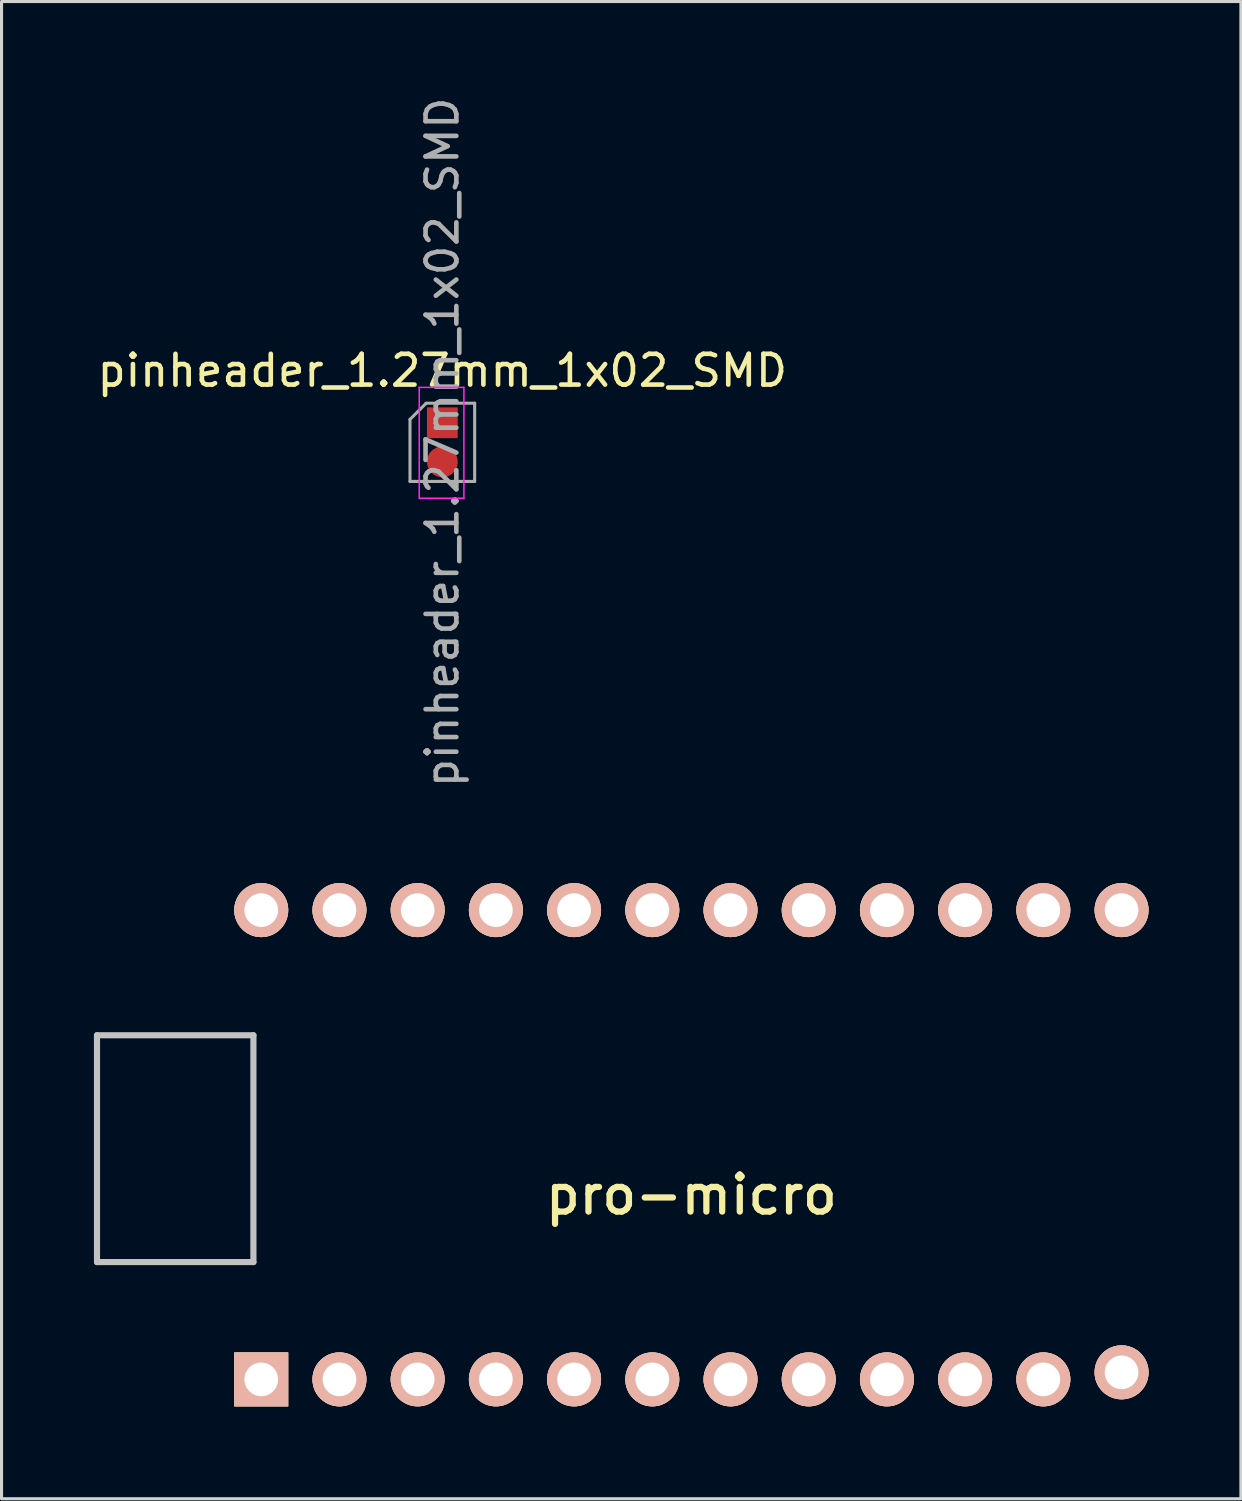
<source format=kicad_pcb>
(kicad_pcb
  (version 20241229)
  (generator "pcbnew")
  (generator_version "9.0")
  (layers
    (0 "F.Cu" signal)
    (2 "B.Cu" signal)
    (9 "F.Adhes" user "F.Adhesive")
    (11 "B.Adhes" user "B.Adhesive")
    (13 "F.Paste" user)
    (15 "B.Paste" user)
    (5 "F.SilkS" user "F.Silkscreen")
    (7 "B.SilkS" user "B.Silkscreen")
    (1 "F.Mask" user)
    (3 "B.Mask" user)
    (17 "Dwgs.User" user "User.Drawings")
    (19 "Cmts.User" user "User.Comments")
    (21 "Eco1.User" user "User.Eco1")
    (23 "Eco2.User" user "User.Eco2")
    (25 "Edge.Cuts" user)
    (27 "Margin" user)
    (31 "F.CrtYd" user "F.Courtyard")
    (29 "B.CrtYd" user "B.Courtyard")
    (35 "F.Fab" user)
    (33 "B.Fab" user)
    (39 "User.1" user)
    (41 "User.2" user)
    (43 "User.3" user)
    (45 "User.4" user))
  (footprint "pinheader_1.27mm_1x02_SMD"
    (layer "F.Cu")
    (at 11.315 10.68)
    (property "Reference" "pinheader_1.27mm_1x02_SMD" (at 0 -1.695 0) (layer "F.SilkS") (effects (font (size 1 1) (thickness 0.15))))
    (attr through_hole)
    (fp_line (start -0.75 -1.15) (end -0.75 2.45) (stroke (width 0.05) (type solid)) (layer "F.CrtYd"))
    (fp_line (start -0.75 2.45) (end 0.7 2.45) (stroke (width 0.05) (type solid)) (layer "F.CrtYd"))
    (fp_line (start 0.7 -1.15) (end -0.75 -1.15) (stroke (width 0.05) (type solid)) (layer "F.CrtYd"))
    (fp_line (start 0.7 2.45) (end 0.7 -1.15) (stroke (width 0.05) (type solid)) (layer "F.CrtYd"))
    (fp_line (start -1.05 -0.11) (end -0.525 -0.635) (stroke (width 0.1) (type solid)) (layer "F.Fab"))
    (fp_line (start -1.05 1.905) (end -1.05 -0.11) (stroke (width 0.1) (type solid)) (layer "F.Fab"))
    (fp_line (start -0.525 -0.635) (end 1.05 -0.635) (stroke (width 0.1) (type solid)) (layer "F.Fab"))
    (fp_line (start 1.05 -0.635) (end 1.05 1.905) (stroke (width 0.1) (type solid)) (layer "F.Fab"))
    (fp_line (start 1.05 1.905) (end -1.05 1.905) (stroke (width 0.1) (type solid)) (layer "F.Fab"))
    (fp_text user "${REFERENCE}" (at 0 0.635 90) (layer "F.Fab") (effects (font (size 1 1) (thickness 0.15))))
    (pad "1" smd rect (at 0 0) (size 1 1) (layers "F.Cu" "F.Mask" "F.Paste"))
    (pad "2" smd oval (at 0 1.27) (size 1 1) (layers "F.Cu" "F.Mask" "F.Paste")))
  (footprint "pro-micro"
    (layer "F.Cu")
    (at 19.404 34.127)
    (property "Reference" "pro-micro" (at 0 1.625 0) (layer "F.SilkS") (effects (font (size 1.2 1.2) (thickness 0.203))))
    (attr through_hole)
    (fp_line (start -19.304 -3.556) (end -14.224 -3.556) (stroke (width 0.2) (type solid)) (layer "Dwgs.User"))
    (fp_line (start -19.304 3.81) (end -19.304 -3.556) (stroke (width 0.2) (type solid)) (layer "Dwgs.User"))
    (fp_line (start -14.224 -3.556) (end -14.224 3.81) (stroke (width 0.2) (type solid)) (layer "Dwgs.User"))
    (fp_line (start -14.224 3.81) (end -19.304 3.81) (stroke (width 0.2) (type solid)) (layer "Dwgs.User"))
    (pad "1" thru_hole rect (at -13.97 7.62) (size 1.753 1.753) (drill 1.092) (layers "*.Cu" "*.SilkS" "*.Mask"))
    (pad "2" thru_hole circle (at -11.43 7.62) (size 1.753 1.753) (drill 1.092) (layers "*.Cu" "*.SilkS" "*.Mask"))
    (pad "3" thru_hole circle (at -8.89 7.62) (size 1.753 1.753) (drill 1.092) (layers "*.Cu" "*.SilkS" "*.Mask"))
    (pad "4" thru_hole circle (at -6.35 7.62) (size 1.753 1.753) (drill 1.092) (layers "*.Cu" "*.SilkS" "*.Mask"))
    (pad "5" thru_hole circle (at -3.81 7.62) (size 1.753 1.753) (drill 1.092) (layers "*.Cu" "*.SilkS" "*.Mask"))
    (pad "6" thru_hole circle (at -1.27 7.62) (size 1.753 1.753) (drill 1.092) (layers "*.Cu" "*.SilkS" "*.Mask"))
    (pad "7" thru_hole circle (at 1.27 7.62) (size 1.753 1.753) (drill 1.092) (layers "*.Cu" "*.SilkS" "*.Mask"))
    (pad "8" thru_hole circle (at 3.81 7.62) (size 1.753 1.753) (drill 1.092) (layers "*.Cu" "*.SilkS" "*.Mask"))
    (pad "9" thru_hole circle (at 6.35 7.62) (size 1.753 1.753) (drill 1.092) (layers "*.Cu" "*.SilkS" "*.Mask"))
    (pad "10" thru_hole circle (at 8.89 7.62) (size 1.753 1.753) (drill 1.092) (layers "*.Cu" "*.SilkS" "*.Mask"))
    (pad "11" thru_hole circle (at 11.43 7.62) (size 1.753 1.753) (drill 1.092) (layers "*.Cu" "*.SilkS" "*.Mask"))
    (pad "12" thru_hole circle (at 13.97 7.391) (size 1.753 1.753) (drill 1.092) (layers "*.Cu" "*.SilkS" "*.Mask"))
    (pad "13" thru_hole circle (at 13.97 -7.62) (size 1.753 1.753) (drill 1.092) (layers "*.Cu" "*.SilkS" "*.Mask"))
    (pad "14" thru_hole circle (at 11.43 -7.62) (size 1.753 1.753) (drill 1.092) (layers "*.Cu" "*.SilkS" "*.Mask"))
    (pad "15" thru_hole circle (at 8.89 -7.62) (size 1.753 1.753) (drill 1.092) (layers "*.Cu" "*.SilkS" "*.Mask"))
    (pad "16" thru_hole circle (at 6.35 -7.62) (size 1.753 1.753) (drill 1.092) (layers "*.Cu" "*.SilkS" "*.Mask"))
    (pad "17" thru_hole circle (at 3.81 -7.62) (size 1.753 1.753) (drill 1.092) (layers "*.Cu" "*.SilkS" "*.Mask"))
    (pad "18" thru_hole circle (at 1.27 -7.62) (size 1.753 1.753) (drill 1.092) (layers "*.Cu" "*.SilkS" "*.Mask"))
    (pad "19" thru_hole circle (at -1.27 -7.62) (size 1.753 1.753) (drill 1.092) (layers "*.Cu" "*.SilkS" "*.Mask"))
    (pad "20" thru_hole circle (at -3.81 -7.62) (size 1.753 1.753) (drill 1.092) (layers "*.Cu" "*.SilkS" "*.Mask"))
    (pad "21" thru_hole circle (at -6.35 -7.62) (size 1.753 1.753) (drill 1.092) (layers "*.Cu" "*.SilkS" "*.Mask"))
    (pad "22" thru_hole circle (at -8.89 -7.62) (size 1.753 1.753) (drill 1.092) (layers "*.Cu" "*.SilkS" "*.Mask"))
    (pad "23" thru_hole circle (at -11.43 -7.62) (size 1.753 1.753) (drill 1.092) (layers "*.Cu" "*.SilkS" "*.Mask"))
    (pad "24" thru_hole circle (at -13.97 -7.62) (size 1.753 1.753) (drill 1.092) (layers "*.Cu" "*.SilkS" "*.Mask")))
  (gr_rect
    (start -3 -3)
    (end 37.25 45.624)
    (stroke (width 0.1) (type default))
    (fill no)
    (layer "Edge.Cuts")))
</source>
